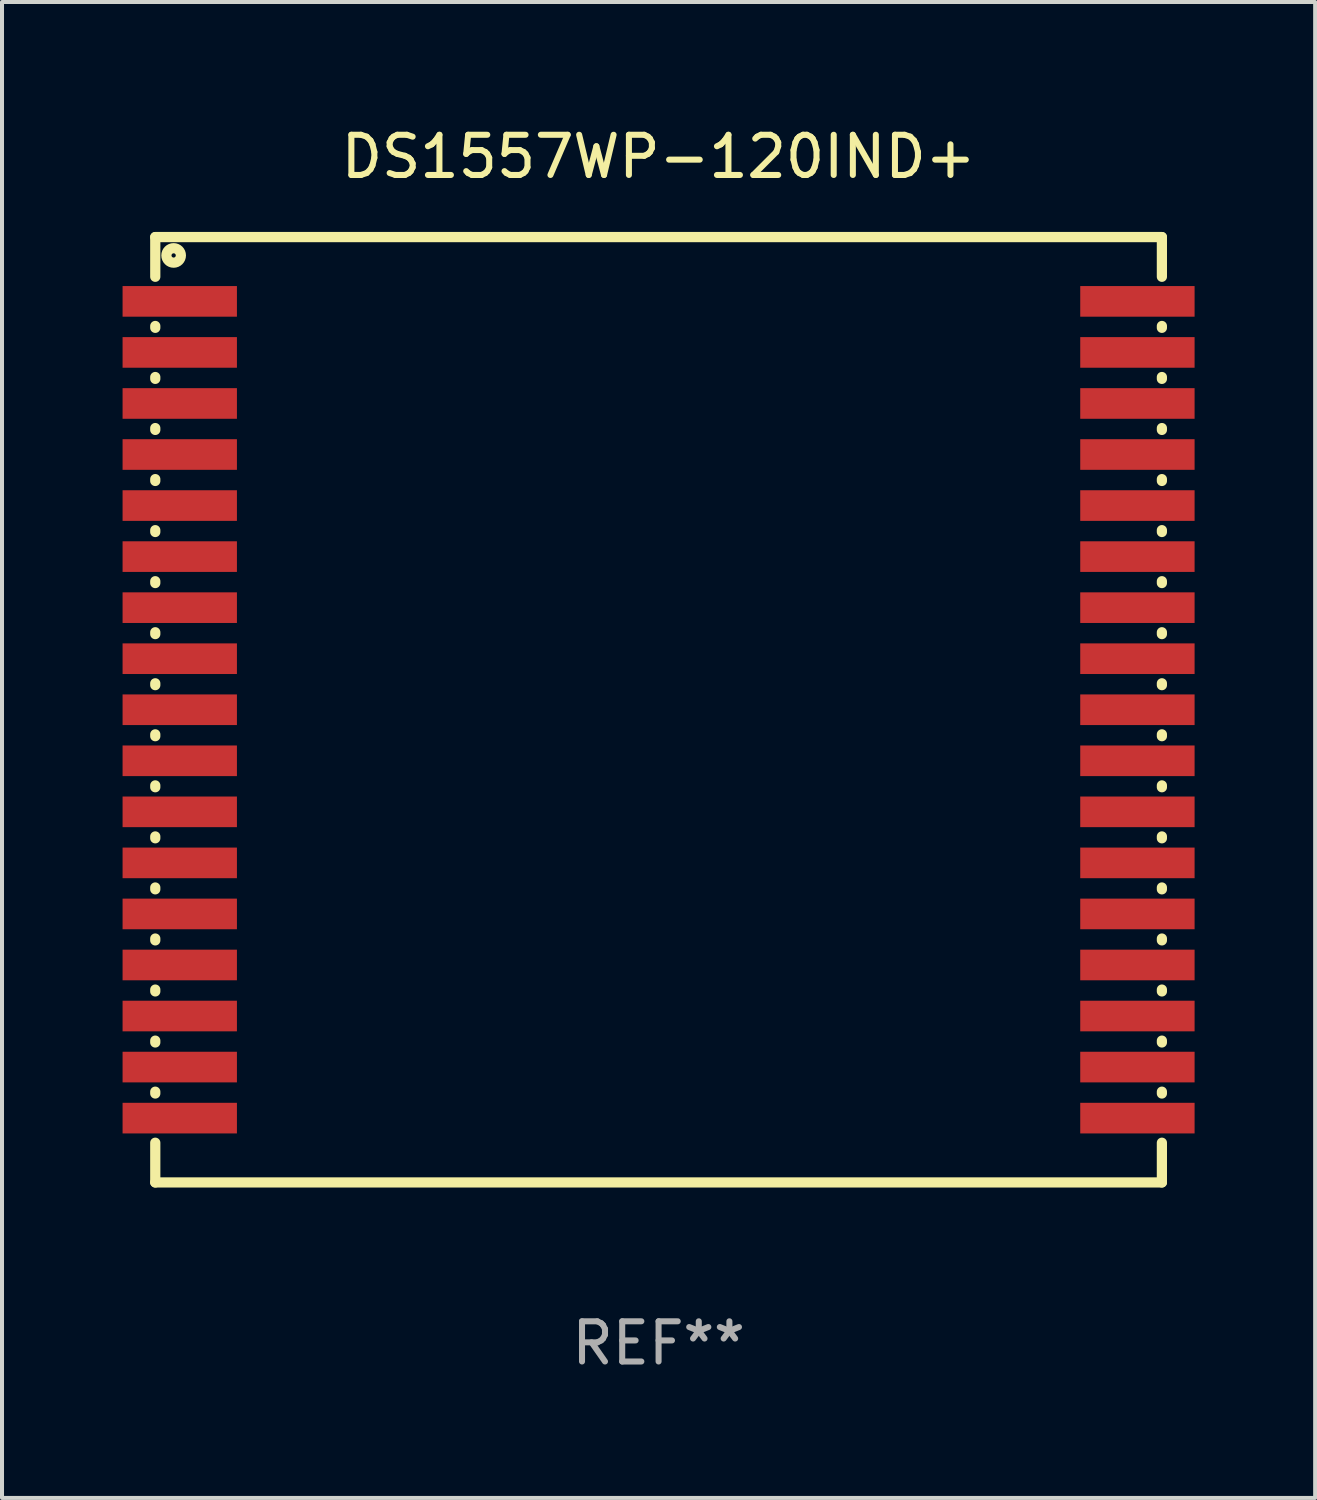
<source format=kicad_pcb>
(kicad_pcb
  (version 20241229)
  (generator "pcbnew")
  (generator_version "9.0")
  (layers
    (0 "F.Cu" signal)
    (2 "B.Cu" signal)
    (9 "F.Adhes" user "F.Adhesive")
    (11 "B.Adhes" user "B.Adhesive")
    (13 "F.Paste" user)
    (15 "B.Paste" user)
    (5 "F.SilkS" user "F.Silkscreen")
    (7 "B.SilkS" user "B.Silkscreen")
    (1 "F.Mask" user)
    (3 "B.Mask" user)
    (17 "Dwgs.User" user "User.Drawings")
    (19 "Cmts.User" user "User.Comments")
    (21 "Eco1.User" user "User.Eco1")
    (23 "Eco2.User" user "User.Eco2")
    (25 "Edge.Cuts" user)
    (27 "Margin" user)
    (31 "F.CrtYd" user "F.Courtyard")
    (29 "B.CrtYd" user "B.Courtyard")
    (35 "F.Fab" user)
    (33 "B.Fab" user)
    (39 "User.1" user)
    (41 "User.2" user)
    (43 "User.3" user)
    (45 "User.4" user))
  (footprint "DS1557WP-120IND+"
    (layer "F.Cu")
    (at 13.335 14.608)
    (property "Reference" "DS1557WP-120IND+" (at 0 -13.76 0) (layer "F.SilkS") (effects (font (size 1 1) (thickness 0.15))))
    (attr through_hole)
    (fp_line (start -12.522 -11.76) (end -12.522 -10.772) (stroke (width 0.254) (type solid)) (layer "F.SilkS"))
    (fp_line (start -12.522 -11.76) (end 12.522 -11.76) (stroke (width 0.254) (type solid)) (layer "F.SilkS"))
    (fp_line (start -12.522 -9.548) (end -12.522 -9.502) (stroke (width 0.254) (type solid)) (layer "F.SilkS"))
    (fp_line (start -12.522 -8.278) (end -12.522 -8.232) (stroke (width 0.254) (type solid)) (layer "F.SilkS"))
    (fp_line (start -12.522 -7.008) (end -12.522 -6.962) (stroke (width 0.254) (type solid)) (layer "F.SilkS"))
    (fp_line (start -12.522 -5.738) (end -12.522 -5.692) (stroke (width 0.254) (type solid)) (layer "F.SilkS"))
    (fp_line (start -12.522 -4.468) (end -12.522 -4.422) (stroke (width 0.254) (type solid)) (layer "F.SilkS"))
    (fp_line (start -12.522 -3.198) (end -12.522 -3.152) (stroke (width 0.254) (type solid)) (layer "F.SilkS"))
    (fp_line (start -12.522 -1.928) (end -12.522 -1.882) (stroke (width 0.254) (type solid)) (layer "F.SilkS"))
    (fp_line (start -12.522 -0.658) (end -12.522 -0.612) (stroke (width 0.254) (type solid)) (layer "F.SilkS"))
    (fp_line (start -12.522 0.612) (end -12.522 0.658) (stroke (width 0.254) (type solid)) (layer "F.SilkS"))
    (fp_line (start -12.522 1.882) (end -12.522 1.928) (stroke (width 0.254) (type solid)) (layer "F.SilkS"))
    (fp_line (start -12.522 3.152) (end -12.522 3.198) (stroke (width 0.254) (type solid)) (layer "F.SilkS"))
    (fp_line (start -12.522 4.422) (end -12.522 4.468) (stroke (width 0.254) (type solid)) (layer "F.SilkS"))
    (fp_line (start -12.522 5.692) (end -12.522 5.738) (stroke (width 0.254) (type solid)) (layer "F.SilkS"))
    (fp_line (start -12.522 6.962) (end -12.522 7.008) (stroke (width 0.254) (type solid)) (layer "F.SilkS"))
    (fp_line (start -12.522 8.232) (end -12.522 8.278) (stroke (width 0.254) (type solid)) (layer "F.SilkS"))
    (fp_line (start -12.522 9.502) (end -12.522 9.548) (stroke (width 0.254) (type solid)) (layer "F.SilkS"))
    (fp_line (start -12.522 10.772) (end -12.522 11.76) (stroke (width 0.254) (type solid)) (layer "F.SilkS"))
    (fp_line (start -12.522 11.76) (end 12.522 11.76) (stroke (width 0.254) (type solid)) (layer "F.SilkS"))
    (fp_line (start 12.522 -11.76) (end 12.522 -10.772) (stroke (width 0.254) (type solid)) (layer "F.SilkS"))
    (fp_line (start 12.522 -9.548) (end 12.522 -9.502) (stroke (width 0.254) (type solid)) (layer "F.SilkS"))
    (fp_line (start 12.522 -8.278) (end 12.522 -8.232) (stroke (width 0.254) (type solid)) (layer "F.SilkS"))
    (fp_line (start 12.522 -7.008) (end 12.522 -6.962) (stroke (width 0.254) (type solid)) (layer "F.SilkS"))
    (fp_line (start 12.522 -5.738) (end 12.522 -5.692) (stroke (width 0.254) (type solid)) (layer "F.SilkS"))
    (fp_line (start 12.522 -4.468) (end 12.522 -4.422) (stroke (width 0.254) (type solid)) (layer "F.SilkS"))
    (fp_line (start 12.522 -3.198) (end 12.522 -3.152) (stroke (width 0.254) (type solid)) (layer "F.SilkS"))
    (fp_line (start 12.522 -1.928) (end 12.522 -1.882) (stroke (width 0.254) (type solid)) (layer "F.SilkS"))
    (fp_line (start 12.522 -0.658) (end 12.522 -0.612) (stroke (width 0.254) (type solid)) (layer "F.SilkS"))
    (fp_line (start 12.522 0.612) (end 12.522 0.658) (stroke (width 0.254) (type solid)) (layer "F.SilkS"))
    (fp_line (start 12.522 1.882) (end 12.522 1.928) (stroke (width 0.254) (type solid)) (layer "F.SilkS"))
    (fp_line (start 12.522 3.152) (end 12.522 3.198) (stroke (width 0.254) (type solid)) (layer "F.SilkS"))
    (fp_line (start 12.522 4.422) (end 12.522 4.468) (stroke (width 0.254) (type solid)) (layer "F.SilkS"))
    (fp_line (start 12.522 5.692) (end 12.522 5.738) (stroke (width 0.254) (type solid)) (layer "F.SilkS"))
    (fp_line (start 12.522 6.962) (end 12.522 7.008) (stroke (width 0.254) (type solid)) (layer "F.SilkS"))
    (fp_line (start 12.522 8.232) (end 12.522 8.278) (stroke (width 0.254) (type solid)) (layer "F.SilkS"))
    (fp_line (start 12.522 9.502) (end 12.522 9.548) (stroke (width 0.254) (type solid)) (layer "F.SilkS"))
    (fp_line (start 12.522 10.772) (end 12.522 11.76) (stroke (width 0.254) (type solid)) (layer "F.SilkS"))
    (fp_circle (center -12.065 -11.303) (end -11.885 -11.303) (stroke (width 0.254) (type solid)) (fill no) (layer "F.SilkS"))
    (fp_text user "REF**" (at 0 15.76 0) (layer "F.Fab") (effects (font (size 1 1) (thickness 0.15))))
    (pad "1" smd rect (at -11.913 -10.16) (size 2.845 0.762) (layers "F.Cu" "F.Mask" "F.Paste"))
    (pad "2" smd rect (at -11.913 -8.89) (size 2.845 0.762) (layers "F.Cu" "F.Mask" "F.Paste"))
    (pad "3" smd rect (at -11.913 -7.62) (size 2.845 0.762) (layers "F.Cu" "F.Mask" "F.Paste"))
    (pad "4" smd rect (at -11.913 -6.35) (size 2.845 0.762) (layers "F.Cu" "F.Mask" "F.Paste"))
    (pad "5" smd rect (at -11.913 -5.08) (size 2.845 0.762) (layers "F.Cu" "F.Mask" "F.Paste"))
    (pad "6" smd rect (at -11.913 -3.81) (size 2.845 0.762) (layers "F.Cu" "F.Mask" "F.Paste"))
    (pad "7" smd rect (at -11.913 -2.54) (size 2.845 0.762) (layers "F.Cu" "F.Mask" "F.Paste"))
    (pad "8" smd rect (at -11.913 -1.27) (size 2.845 0.762) (layers "F.Cu" "F.Mask" "F.Paste"))
    (pad "9" smd rect (at -11.913 0) (size 2.845 0.762) (layers "F.Cu" "F.Mask" "F.Paste"))
    (pad "10" smd rect (at -11.913 1.27) (size 2.845 0.762) (layers "F.Cu" "F.Mask" "F.Paste"))
    (pad "11" smd rect (at -11.913 2.54) (size 2.845 0.762) (layers "F.Cu" "F.Mask" "F.Paste"))
    (pad "12" smd rect (at -11.913 3.81) (size 2.845 0.762) (layers "F.Cu" "F.Mask" "F.Paste"))
    (pad "13" smd rect (at -11.913 5.08) (size 2.845 0.762) (layers "F.Cu" "F.Mask" "F.Paste"))
    (pad "14" smd rect (at -11.913 6.35) (size 2.845 0.762) (layers "F.Cu" "F.Mask" "F.Paste"))
    (pad "15" smd rect (at -11.913 7.62) (size 2.845 0.762) (layers "F.Cu" "F.Mask" "F.Paste"))
    (pad "16" smd rect (at -11.913 8.89) (size 2.845 0.762) (layers "F.Cu" "F.Mask" "F.Paste"))
    (pad "17" smd rect (at -11.913 10.16) (size 2.845 0.762) (layers "F.Cu" "F.Mask" "F.Paste"))
    (pad "18" smd rect (at 11.913 10.16) (size 2.845 0.762) (layers "F.Cu" "F.Mask" "F.Paste"))
    (pad "19" smd rect (at 11.913 8.89) (size 2.845 0.762) (layers "F.Cu" "F.Mask" "F.Paste"))
    (pad "20" smd rect (at 11.913 7.62) (size 2.845 0.762) (layers "F.Cu" "F.Mask" "F.Paste"))
    (pad "21" smd rect (at 11.913 6.35) (size 2.845 0.762) (layers "F.Cu" "F.Mask" "F.Paste"))
    (pad "22" smd rect (at 11.913 5.08) (size 2.845 0.762) (layers "F.Cu" "F.Mask" "F.Paste"))
    (pad "23" smd rect (at 11.913 3.81) (size 2.845 0.762) (layers "F.Cu" "F.Mask" "F.Paste"))
    (pad "24" smd rect (at 11.913 2.54) (size 2.845 0.762) (layers "F.Cu" "F.Mask" "F.Paste"))
    (pad "25" smd rect (at 11.913 1.27) (size 2.845 0.762) (layers "F.Cu" "F.Mask" "F.Paste"))
    (pad "26" smd rect (at 11.913 0) (size 2.845 0.762) (layers "F.Cu" "F.Mask" "F.Paste"))
    (pad "27" smd rect (at 11.913 -1.27) (size 2.845 0.762) (layers "F.Cu" "F.Mask" "F.Paste"))
    (pad "28" smd rect (at 11.913 -2.54) (size 2.845 0.762) (layers "F.Cu" "F.Mask" "F.Paste"))
    (pad "29" smd rect (at 11.913 -3.81) (size 2.845 0.762) (layers "F.Cu" "F.Mask" "F.Paste"))
    (pad "30" smd rect (at 11.913 -5.08) (size 2.845 0.762) (layers "F.Cu" "F.Mask" "F.Paste"))
    (pad "31" smd rect (at 11.913 -6.35) (size 2.845 0.762) (layers "F.Cu" "F.Mask" "F.Paste"))
    (pad "32" smd rect (at 11.913 -7.62) (size 2.845 0.762) (layers "F.Cu" "F.Mask" "F.Paste"))
    (pad "33" smd rect (at 11.913 -8.89) (size 2.845 0.762) (layers "F.Cu" "F.Mask" "F.Paste"))
    (pad "34" smd rect (at 11.913 -10.16) (size 2.845 0.762) (layers "F.Cu" "F.Mask" "F.Paste")))
  (gr_rect
    (start -3 -3)
    (end 29.67 34.217)
    (stroke (width 0.1) (type default))
    (fill no)
    (layer "Edge.Cuts")))
</source>
